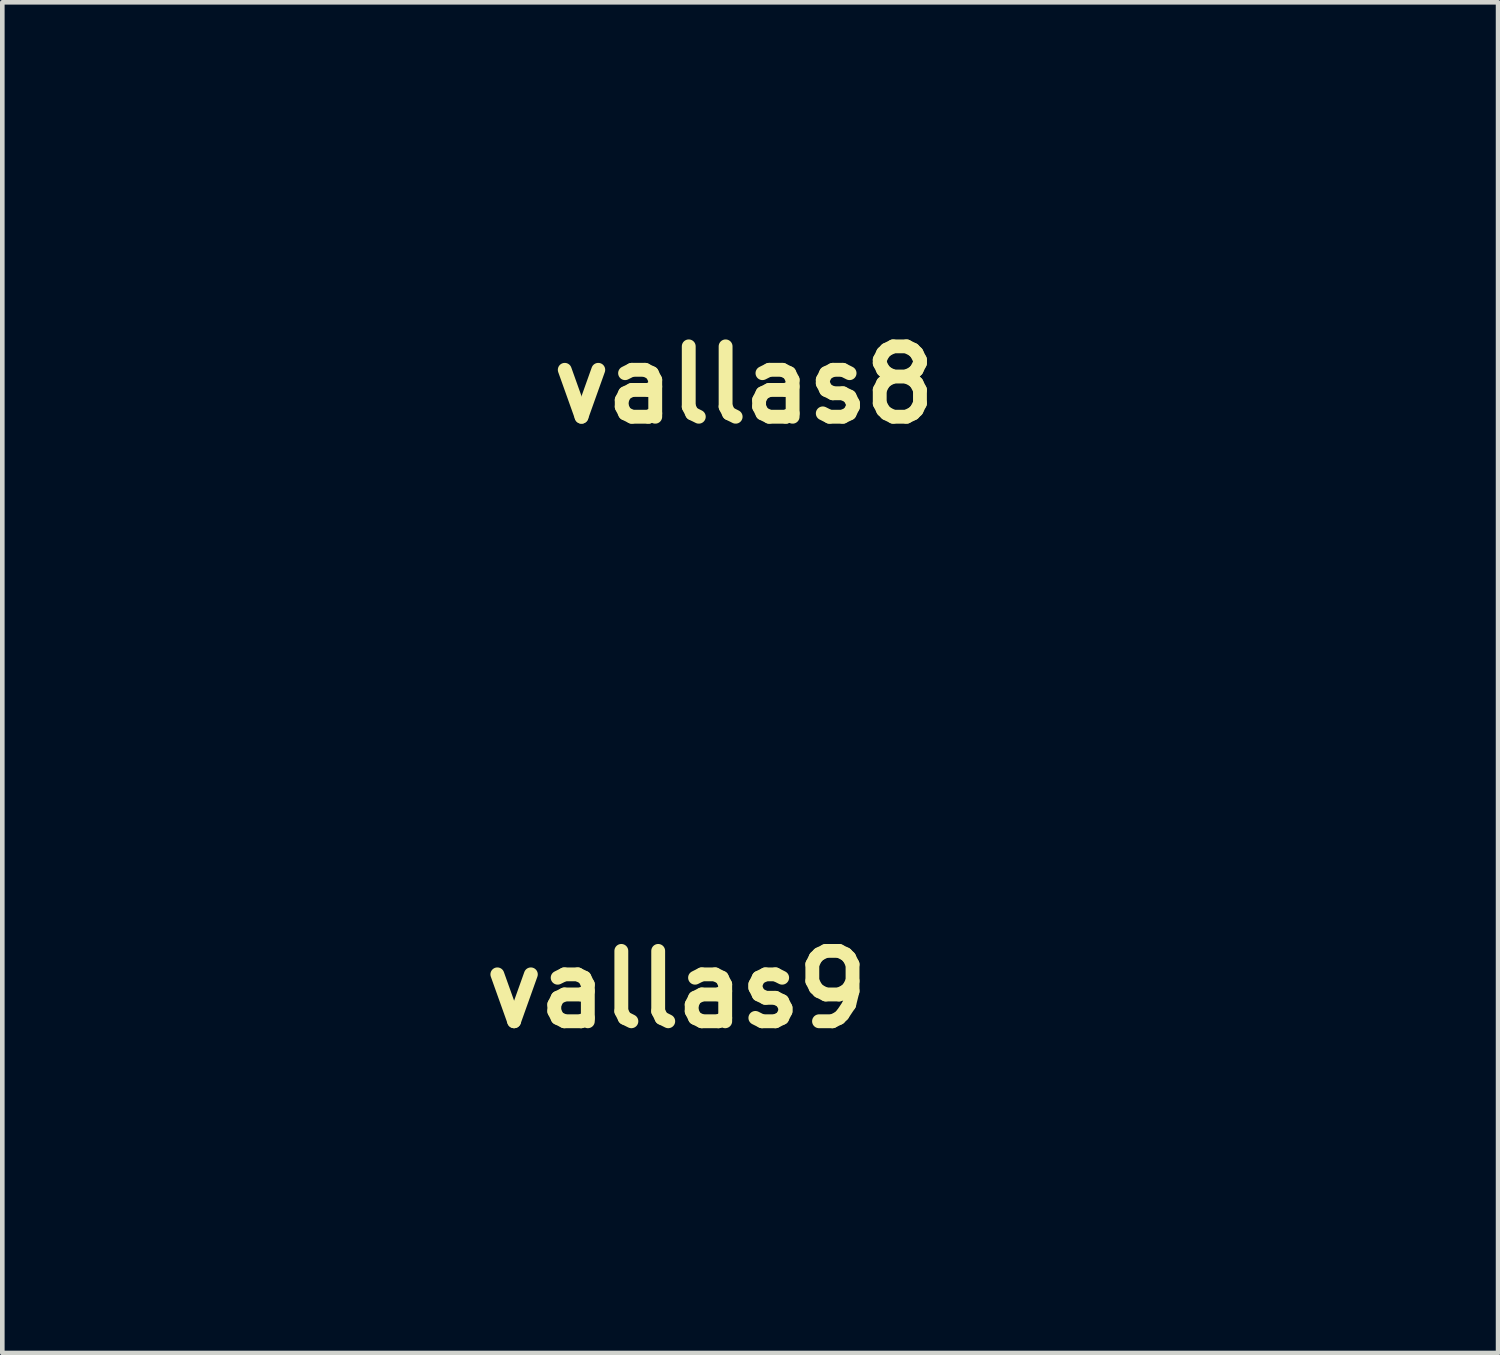
<source format=kicad_pcb>
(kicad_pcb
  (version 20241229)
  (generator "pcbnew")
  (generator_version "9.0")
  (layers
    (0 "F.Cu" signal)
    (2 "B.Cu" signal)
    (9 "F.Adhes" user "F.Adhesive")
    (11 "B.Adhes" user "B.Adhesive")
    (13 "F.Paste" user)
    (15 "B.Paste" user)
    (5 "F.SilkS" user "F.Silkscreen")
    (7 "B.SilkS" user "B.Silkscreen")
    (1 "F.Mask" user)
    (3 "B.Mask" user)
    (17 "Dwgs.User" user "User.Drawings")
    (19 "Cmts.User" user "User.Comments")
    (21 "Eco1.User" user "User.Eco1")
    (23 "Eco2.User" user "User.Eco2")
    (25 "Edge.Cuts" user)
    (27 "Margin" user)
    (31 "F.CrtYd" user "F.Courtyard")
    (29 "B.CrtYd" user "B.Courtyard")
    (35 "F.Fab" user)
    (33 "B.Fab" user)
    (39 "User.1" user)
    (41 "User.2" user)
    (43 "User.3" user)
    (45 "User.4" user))
  (footprint "vallas9"
    (layer "F.Cu")
    (at 11.604 18.379)
    (property "Reference" "vallas9" (at 0 0 0) (layer "F.SilkS") (effects (font (size 1.524 1.524) (thickness 0.3))))
    (attr through_hole)
    (fp_poly (pts (xy 0.863 4.425) (xy 2.178 4.5) (xy 3.493 4.575) (xy 0.635 4.657) (xy 0.679 2.699) (xy 0.722 0.741) (xy 0.863 4.425)) (stroke (width 0.01) (type solid)) (fill no) (layer "Eco2.User"))
    (fp_poly (pts (xy -2.594 2.583) (xy -2.524 4.425) (xy -1.209 4.5) (xy 0.106 4.575) (xy -2.752 4.657) (xy -2.708 2.699) (xy -2.665 0.741) (xy -2.594 2.583)) (stroke (width 0.01) (type solid)) (fill no) (layer "Eco2.User"))
    (fp_poly (pts (xy -5.201 1.028) (xy -4.934 1.494) (xy -4.606 2.143) (xy -4.264 2.873) (xy -3.956 3.579) (xy -3.73 4.159) (xy -3.634 4.508) (xy -3.643 4.56) (xy -3.77 4.429) (xy -4.024 3.99) (xy -4.361 3.322) (xy -4.553 2.914) (xy -5.36 1.164) (xy -6.13 2.798) (xy -6.621 3.806) (xy -6.958 4.428) (xy -7.148 4.67) (xy -7.197 4.59) (xy -7.11 4.299) (xy -6.883 3.76) (xy -6.566 3.072) (xy -6.207 2.338) (xy -5.858 1.657) (xy -5.567 1.133) (xy -5.384 0.864) (xy -5.358 0.849) (xy -5.201 1.028)) (stroke (width 0.01) (type solid)) (fill no) (layer "Eco2.User"))
    (fp_poly (pts (xy 6.196 1.025) (xy 6.453 1.492) (xy 6.773 2.144) (xy 7.111 2.878) (xy 7.418 3.59) (xy 7.648 4.178) (xy 7.755 4.537) (xy 7.75 4.597) (xy 7.598 4.519) (xy 7.434 4.21) (xy 7.123 3.464) (xy 6.776 2.717) (xy 6.445 2.068) (xy 6.181 1.617) (xy 6.04 1.462) (xy 5.885 1.64) (xy 5.598 2.112) (xy 5.229 2.79) (xy 5.063 3.114) (xy 4.716 3.777) (xy 4.47 4.194) (xy 4.359 4.312) (xy 4.367 4.233) (xy 4.519 3.801) (xy 4.788 3.179) (xy 5.122 2.472) (xy 5.469 1.786) (xy 5.776 1.224) (xy 5.992 0.893) (xy 6.049 0.847) (xy 6.196 1.025)) (stroke (width 0.01) (type solid)) (fill no) (layer "Eco2.User"))
    (fp_poly (pts (xy -7.598 1.025) (xy -7.75 1.487) (xy -7.99 2.131) (xy -8.279 2.857) (xy -8.575 3.561) (xy -8.839 4.142) (xy -9.01 4.468) (xy -9.16 4.62) (xy -9.332 4.558) (xy -9.563 4.237) (xy -9.89 3.607) (xy -10.243 2.851) (xy -10.59 2.058) (xy -10.84 1.419) (xy -10.961 1.022) (xy -10.96 0.941) (xy -10.831 1.069) (xy -10.582 1.503) (xy -10.258 2.16) (xy -10.136 2.427) (xy -9.784 3.15) (xy -9.472 3.684) (xy -9.252 3.941) (xy -9.208 3.951) (xy -9.031 3.735) (xy -8.754 3.226) (xy -8.429 2.525) (xy -8.362 2.367) (xy -8.043 1.651) (xy -7.772 1.117) (xy -7.596 0.86) (xy -7.575 0.85) (xy -7.598 1.025)) (stroke (width 0.01) (type solid)) (fill no) (layer "Eco2.User"))
    (fp_poly (pts (xy -4.164 -4.381) (xy -3.654 -4.161) (xy -3.421 -3.741) (xy -3.387 -3.37) (xy -3.495 -2.815) (xy -3.866 -2.479) (xy -4.566 -2.311) (xy -4.765 -2.291) (xy -5.609 -2.223) (xy -5.674 -1.217) (xy -5.747 -0.519) (xy -5.841 -0.207) (xy -5.942 -0.248) (xy -6.034 -0.607) (xy -6.104 -1.25) (xy -6.137 -2.141) (xy -6.138 -2.328) (xy -6.138 -3.636) (xy -5.679 -3.636) (xy -5.677 -2.962) (xy -5.422 -2.616) (xy -4.894 -2.586) (xy -4.353 -2.746) (xy -3.912 -3.061) (xy -3.804 -3.464) (xy -3.982 -3.855) (xy -4.399 -4.133) (xy -5.011 -4.196) (xy -5.014 -4.196) (xy -5.494 -4.03) (xy -5.679 -3.636) (xy -6.138 -3.636) (xy -6.138 -4.445) (xy -5.016 -4.445) (xy -4.164 -4.381)) (stroke (width 0.01) (type solid)) (fill no) (layer "Eco2.User"))
    (fp_poly (pts (xy 0.325 -4.563) (xy 1.086 -4.231) (xy 1.619 -3.627) (xy 1.896 -2.851) (xy 1.891 -2.003) (xy 1.578 -1.183) (xy 1.323 -0.843) (xy 0.596 -0.298) (xy -0.249 -0.066) (xy -1.077 -0.176) (xy -1.264 -0.26) (xy -1.881 -0.745) (xy -2.372 -1.416) (xy -2.649 -2.129) (xy -2.658 -2.461) (xy -2.117 -2.461) (xy -2.05 -1.657) (xy -1.807 -1.14) (xy -1.323 -0.789) (xy -1.185 -0.726) (xy -0.657 -0.509) (xy -0.309 -0.451) (xy 0.065 -0.541) (xy 0.339 -0.643) (xy 1.029 -1.061) (xy 1.391 -1.701) (xy 1.475 -2.391) (xy 1.346 -3.165) (xy 0.962 -3.714) (xy 0.276 -4.148) (xy -0.472 -4.237) (xy -1.182 -4.022) (xy -1.751 -3.545) (xy -2.076 -2.847) (xy -2.117 -2.461) (xy -2.658 -2.461) (xy -2.663 -2.611) (xy -2.287 -3.584) (xy -1.634 -4.253) (xy -0.748 -4.589) (xy 0.325 -4.563)) (stroke (width 0.01) (type solid)) (fill no) (layer "Eco2.User"))
    (fp_poly (pts (xy 10.702 0.838) (xy 11.201 1.138) (xy 11.427 1.54) (xy 11.43 1.59) (xy 11.315 1.684) (xy 10.978 1.433) (xy 10.91 1.366) (xy 10.241 0.935) (xy 9.532 0.888) (xy 9.013 1.125) (xy 8.689 1.525) (xy 8.761 1.918) (xy 9.206 2.262) (xy 9.817 2.477) (xy 10.694 2.78) (xy 11.322 3.172) (xy 11.625 3.602) (xy 11.642 3.722) (xy 11.462 4.087) (xy 11.019 4.465) (xy 10.457 4.758) (xy 9.948 4.868) (xy 9.37 4.737) (xy 8.813 4.43) (xy 8.43 4.028) (xy 8.264 3.653) (xy 8.263 3.636) (xy 8.33 3.493) (xy 8.52 3.741) (xy 8.573 3.835) (xy 8.993 4.284) (xy 9.574 4.526) (xy 10.202 4.568) (xy 10.759 4.414) (xy 11.13 4.069) (xy 11.218 3.715) (xy 11.165 3.396) (xy 10.94 3.171) (xy 10.448 2.968) (xy 10.054 2.848) (xy 9.078 2.481) (xy 8.513 2.068) (xy 8.363 1.615) (xy 8.63 1.127) (xy 8.877 0.906) (xy 9.409 0.688) (xy 10.061 0.677) (xy 10.702 0.838)) (stroke (width 0.01) (type solid)) (fill no) (layer "Eco2.User"))
    (fp_poly (pts (xy -8.462 -4.512) (xy -7.858 -4.323) (xy -7.477 -4.071) (xy -7.408 -3.907) (xy -7.499 -3.638) (xy -7.795 -3.695) (xy -8.137 -3.923) (xy -8.85 -4.219) (xy -9.658 -4.189) (xy -10.407 -3.851) (xy -10.65 -3.64) (xy -11.12 -2.897) (xy -11.208 -2.126) (xy -10.935 -1.415) (xy -10.327 -0.853) (xy -9.845 -0.636) (xy -8.954 -0.501) (xy -8.221 -0.749) (xy -7.939 -0.981) (xy -7.635 -1.436) (xy -7.717 -1.761) (xy -8.166 -1.903) (xy -8.255 -1.905) (xy -8.701 -1.966) (xy -8.89 -2.114) (xy -8.89 -2.117) (xy -8.701 -2.243) (xy -8.222 -2.319) (xy -7.938 -2.328) (xy -7.348 -2.304) (xy -7.07 -2.195) (xy -6.993 -1.945) (xy -6.992 -1.852) (xy -7.194 -1.187) (xy -7.706 -0.595) (xy -8.415 -0.168) (xy -9.208 -0.000066) (xy -9.223 0) (xy -9.839 -0.12) (xy -10.5 -0.417) (xy -10.605 -0.483) (xy -11.273 -1.156) (xy -11.513 -1.724) (xy -11.599 -2.752) (xy -11.327 -3.601) (xy -10.725 -4.223) (xy -9.834 -4.566) (xy -9.163 -4.605) (xy -8.462 -4.512)) (stroke (width 0.01) (type solid)) (fill no) (layer "Eco2.User")))
  (footprint "vallas8"
    (layer "F.Cu")
    (at 13.064 5.286)
    (property "Reference" "vallas8" (at 0 0 0) (layer "F.SilkS") (effects (font (size 1.524 1.524) (thickness 0.3))))
    (attr through_hole)
    (fp_poly (pts (xy 1.004 2.901) (xy 1.073 5.062) (xy 2.6 5.135) (xy 4.128 5.208) (xy 2.487 5.25) (xy 0.847 5.292) (xy 0.891 3.016) (xy 0.936 0.741) (xy 1.004 2.901)) (stroke (width 0.01) (type solid)) (fill no) (layer "Eco2.User"))
    (fp_poly (pts (xy -2.859 1.085) (xy -2.788 1.615) (xy -2.754 2.521) (xy -2.752 2.942) (xy -2.752 5.061) (xy -1.217 5.135) (xy 0.318 5.208) (xy -1.429 5.25) (xy -3.175 5.292) (xy -3.175 3.187) (xy -3.155 2.268) (xy -3.1 1.528) (xy -3.02 1.062) (xy -2.963 0.953) (xy -2.859 1.085)) (stroke (width 0.01) (type solid)) (fill no) (layer "Eco2.User"))
    (fp_poly (pts (xy -5.786 1.036) (xy -5.524 1.465) (xy -5.346 1.845) (xy -5.006 2.628) (xy -4.603 3.542) (xy -4.365 4.075) (xy -4.106 4.7) (xy -3.968 5.139) (xy -3.978 5.292) (xy -4.127 5.11) (xy -4.395 4.622) (xy -4.739 3.911) (xy -4.974 3.387) (xy -5.341 2.578) (xy -5.654 1.94) (xy -5.873 1.556) (xy -5.943 1.482) (xy -6.082 1.661) (xy -6.349 2.146) (xy -6.7 2.852) (xy -6.951 3.387) (xy -7.437 4.413) (xy -7.778 5.052) (xy -7.978 5.311) (xy -8.043 5.201) (xy -7.957 4.928) (xy -7.728 4.387) (xy -7.403 3.674) (xy -7.028 2.885) (xy -6.65 2.117) (xy -6.315 1.466) (xy -6.07 1.028) (xy -5.969 0.896) (xy -5.786 1.036)) (stroke (width 0.01) (type solid)) (fill no) (layer "Eco2.User"))
    (fp_poly (pts (xy 7.131 1.026) (xy 7.395 1.5) (xy 7.733 2.175) (xy 8.101 2.955) (xy 8.457 3.747) (xy 8.756 4.454) (xy 8.955 4.984) (xy 9.01 5.239) (xy 9.006 5.246) (xy 8.88 5.113) (xy 8.625 4.668) (xy 8.281 3.988) (xy 8.011 3.417) (xy 7.626 2.605) (xy 7.296 1.96) (xy 7.065 1.566) (xy 6.986 1.482) (xy 6.849 1.663) (xy 6.59 2.15) (xy 6.252 2.861) (xy 6.018 3.384) (xy 5.649 4.192) (xy 5.329 4.831) (xy 5.101 5.215) (xy 5.024 5.289) (xy 4.992 5.123) (xy 5.117 4.709) (xy 5.161 4.604) (xy 5.819 3.109) (xy 6.336 1.986) (xy 6.709 1.241) (xy 6.935 0.881) (xy 6.984 0.847) (xy 7.131 1.026)) (stroke (width 0.01) (type solid)) (fill no) (layer "Eco2.User"))
    (fp_poly (pts (xy -8.369 1.018) (xy -8.512 1.446) (xy -8.592 1.64) (xy -8.911 2.382) (xy -9.226 3.12) (xy -9.25 3.175) (xy -9.706 4.212) (xy -10.046 4.884) (xy -10.301 5.225) (xy -10.503 5.268) (xy -10.68 5.044) (xy -10.781 4.815) (xy -10.955 4.407) (xy -11.251 3.738) (xy -11.616 2.933) (xy -11.736 2.671) (xy -12.069 1.91) (xy -12.303 1.305) (xy -12.403 0.949) (xy -12.397 0.897) (xy -12.294 0.976) (xy -12.084 1.338) (xy -11.753 2.011) (xy -11.288 3.021) (xy -10.676 4.395) (xy -10.654 4.445) (xy -10.541 4.655) (xy -10.421 4.694) (xy -10.257 4.515) (xy -10.009 4.067) (xy -9.639 3.301) (xy -9.456 2.91) (xy -9.053 2.071) (xy -8.709 1.396) (xy -8.465 0.964) (xy -8.37 0.847) (xy -8.369 1.018)) (stroke (width 0.01) (type solid)) (fill no) (layer "Eco2.User"))
    (fp_poly (pts (xy -4.768 -5.054) (xy -4.314 -4.952) (xy -4.025 -4.735) (xy -3.928 -4.61) (xy -3.634 -3.921) (xy -3.722 -3.315) (xy -4.151 -2.85) (xy -4.881 -2.582) (xy -5.397 -2.54) (xy -6.35 -2.54) (xy -6.35 -1.376) (xy -6.385 -0.738) (xy -6.475 -0.315) (xy -6.562 -0.212) (xy -6.656 -0.415) (xy -6.725 -0.989) (xy -6.765 -1.884) (xy -6.773 -2.646) (xy -6.773 -4.657) (xy -6.35 -4.657) (xy -6.35 -3.81) (xy -6.329 -3.268) (xy -6.188 -3.027) (xy -5.807 -2.965) (xy -5.529 -2.963) (xy -4.903 -3.044) (xy -4.477 -3.247) (xy -4.447 -3.278) (xy -4.289 -3.736) (xy -4.32 -4.125) (xy -4.456 -4.458) (xy -4.728 -4.613) (xy -5.269 -4.656) (xy -5.402 -4.657) (xy -6.35 -4.657) (xy -6.773 -4.657) (xy -6.773 -5.08) (xy -5.515 -5.08) (xy -4.768 -5.054)) (stroke (width 0.01) (type solid)) (fill no) (layer "Eco2.User"))
    (fp_poly (pts (xy 0.407 -5.209) (xy 1.189 -4.867) (xy 1.821 -4.272) (xy 2.224 -3.44) (xy 2.328 -2.646) (xy 2.151 -1.616) (xy 1.639 -0.808) (xy 0.983 -0.346) (xy 0.049 -0.045) (xy -0.834 -0.103) (xy -1.386 -0.298) (xy -2.179 -0.854) (xy -2.688 -1.65) (xy -2.876 -2.581) (xy -2.78 -3.11) (xy -2.281 -3.11) (xy -2.269 -2.249) (xy -1.888 -1.422) (xy -1.792 -1.3) (xy -1.067 -0.713) (xy -0.257 -0.52) (xy 0.571 -0.724) (xy 1.323 -1.294) (xy 1.824 -2.071) (xy 1.907 -2.877) (xy 1.572 -3.686) (xy 1.185 -4.149) (xy 0.438 -4.707) (xy -0.309 -4.855) (xy -1.118 -4.602) (xy -1.272 -4.516) (xy -1.944 -3.901) (xy -2.281 -3.11) (xy -2.78 -3.11) (xy -2.703 -3.54) (xy -2.631 -3.705) (xy -2.043 -4.546) (xy -1.288 -5.065) (xy -0.445 -5.281) (xy 0.407 -5.209)) (stroke (width 0.01) (type solid)) (fill no) (layer "Eco2.User"))
    (fp_poly (pts (xy -9.296 -5.086) (xy -8.684 -4.843) (xy -8.279 -4.556) (xy -8.167 -4.277) (xy -8.227 -4.176) (xy -8.515 -4.09) (xy -8.869 -4.32) (xy -9.608 -4.732) (xy -10.448 -4.813) (xy -11.28 -4.596) (xy -11.994 -4.117) (xy -12.481 -3.411) (xy -12.576 -3.126) (xy -12.592 -2.293) (xy -12.266 -1.552) (xy -11.68 -0.97) (xy -10.913 -0.612) (xy -10.048 -0.544) (xy -9.552 -0.657) (xy -8.901 -1.038) (xy -8.523 -1.579) (xy -8.467 -1.891) (xy -8.653 -2.04) (xy -9.11 -2.115) (xy -9.207 -2.117) (xy -9.697 -2.17) (xy -9.942 -2.301) (xy -9.948 -2.328) (xy -9.758 -2.449) (xy -9.271 -2.526) (xy -8.89 -2.54) (xy -8.26 -2.521) (xy -7.946 -2.431) (xy -7.84 -2.222) (xy -7.832 -2.058) (xy -8.022 -1.292) (xy -8.532 -0.675) (xy -9.273 -0.249) (xy -10.155 -0.058) (xy -11.089 -0.143) (xy -11.536 -0.297) (xy -12.396 -0.861) (xy -12.907 -1.655) (xy -13.059 -2.282) (xy -13.015 -3.328) (xy -12.621 -4.2) (xy -11.934 -4.843) (xy -11.012 -5.202) (xy -10.027 -5.236) (xy -9.296 -5.086)) (stroke (width 0.01) (type solid)) (fill no) (layer "Eco2.User"))
    (fp_poly (pts (xy 11.885 0.907) (xy 12.531 1.118) (xy 12.981 1.458) (xy 13.123 1.842) (xy 13.048 1.988) (xy 12.792 1.812) (xy 12.604 1.618) (xy 12.061 1.241) (xy 11.411 1.074) (xy 10.769 1.106) (xy 10.249 1.325) (xy 9.969 1.72) (xy 9.948 1.887) (xy 10.04 2.268) (xy 10.364 2.557) (xy 10.994 2.804) (xy 11.536 2.949) (xy 12.507 3.281) (xy 13.109 3.7) (xy 13.325 4.18) (xy 13.143 4.698) (xy 12.777 5.065) (xy 12.051 5.403) (xy 11.182 5.478) (xy 10.583 5.353) (xy 9.987 4.991) (xy 9.61 4.485) (xy 9.538 4.148) (xy 9.56 3.832) (xy 9.636 3.917) (xy 9.726 4.135) (xy 10.166 4.769) (xy 10.869 5.096) (xy 11.404 5.156) (xy 12.192 5.056) (xy 12.718 4.737) (xy 12.912 4.241) (xy 12.912 4.233) (xy 12.817 3.861) (xy 12.487 3.575) (xy 11.85 3.331) (xy 11.268 3.181) (xy 10.461 2.912) (xy 9.923 2.569) (xy 9.839 2.471) (xy 9.574 2.013) (xy 9.605 1.677) (xy 9.948 1.27) (xy 10.477 0.963) (xy 11.161 0.849) (xy 11.885 0.907)) (stroke (width 0.01) (type solid)) (fill no) (layer "Eco2.User")))
  (gr_rect
    (start -3 -3)
    (end 29.395 26.252)
    (stroke (width 0.1) (type default))
    (fill no)
    (layer "Edge.Cuts")))
</source>
